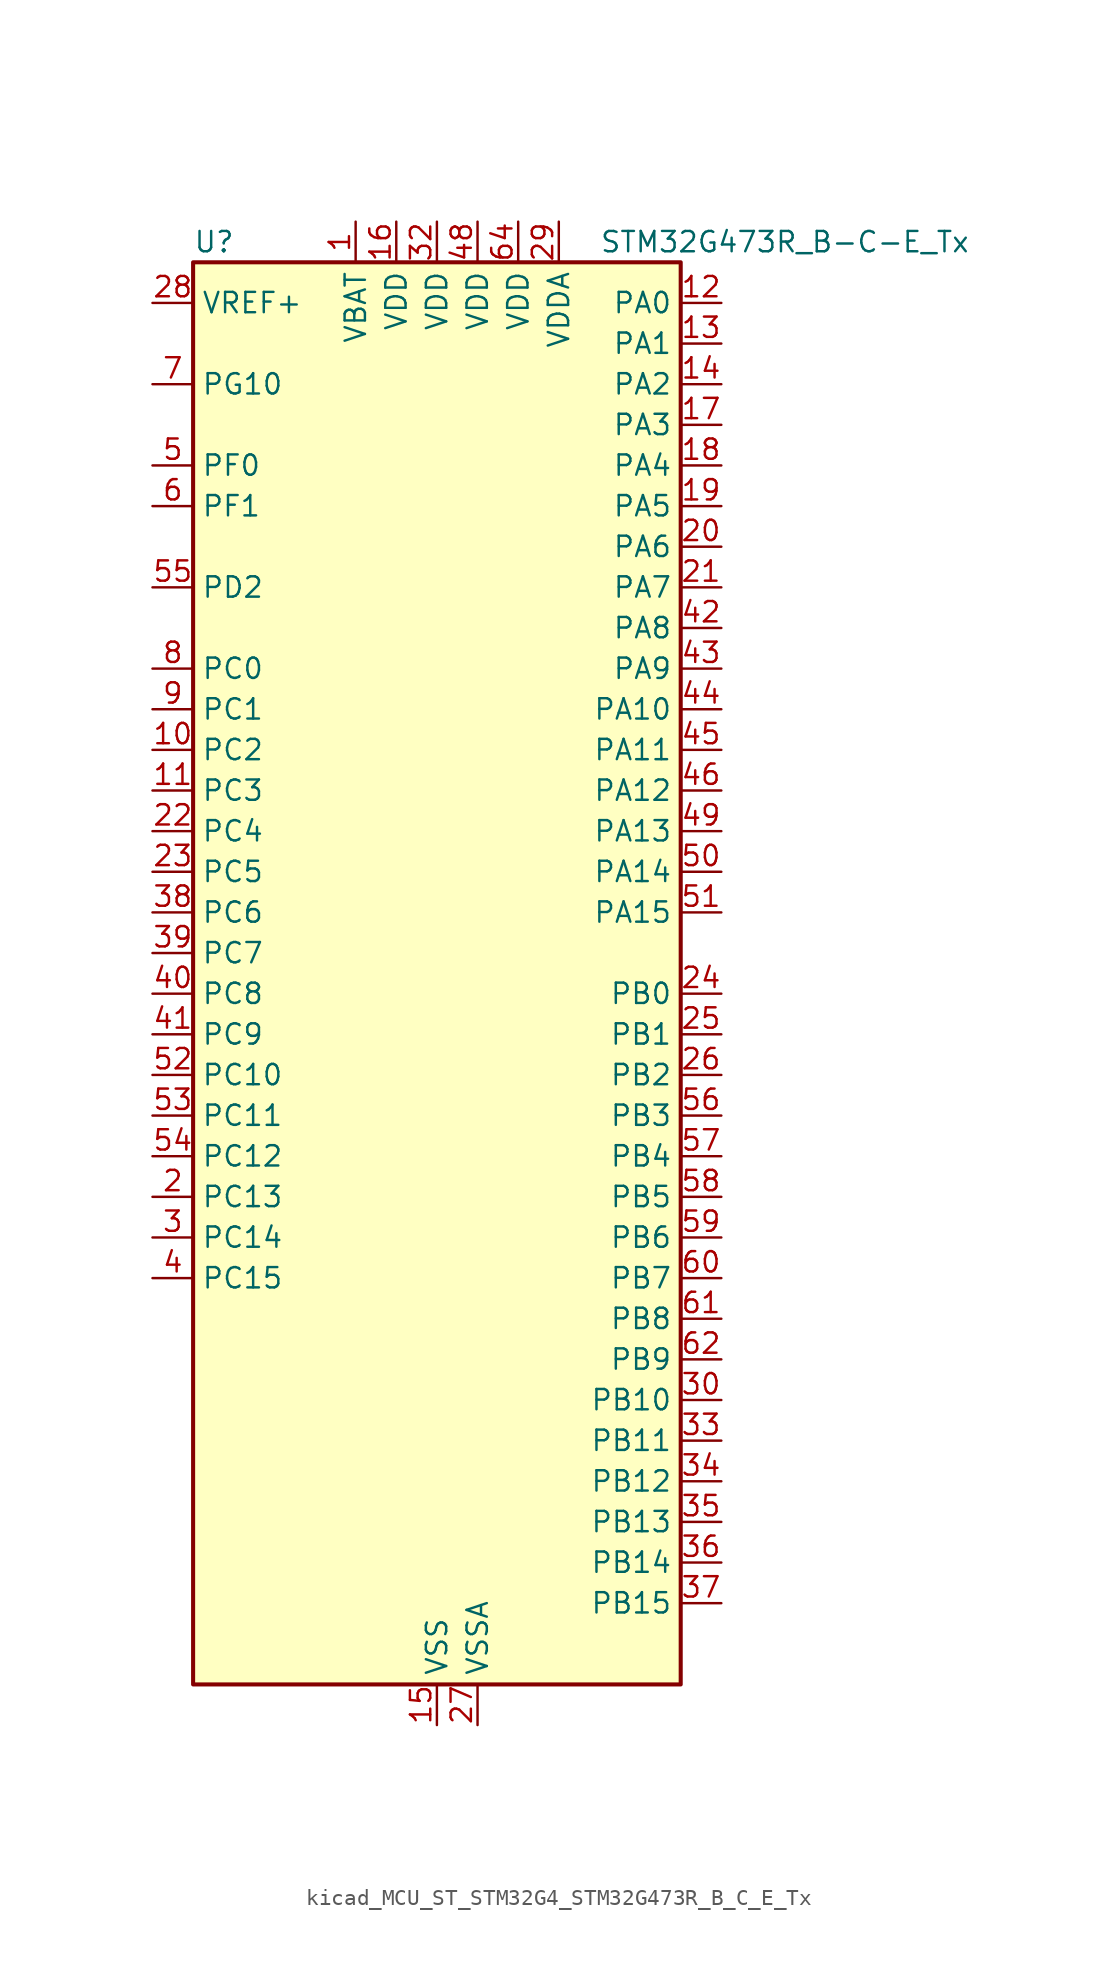
<source format=kicad_sym>
(kicad_symbol_lib
  (version 20220914)
  (generator kicad_symbol_editor)
  (symbol "kicad_MCU_ST_STM32G4_STM32G473R_B_C_E_Tx"
    (property "Reference" "U"
      (at -15.24 46.99 0)
      (effects (font (size 1.27 1.27)) (justify left)))
    (property "Value" "STM32G473R_B-C-E_Tx"
      (at 10.16 46.99 0)
      (effects (font (size 1.27 1.27)) (justify left)))
    (property "ki_locked" ""
      (at 0 0 0)
      (effects (font (size 1.27 1.27))))
    (symbol "kicad_MCU_ST_STM32G4_STM32G473R_B_C_E_Tx_0_1"
      (rectangle (start -15.24 -43.18) (end 15.24 45.72) (stroke (width 0.254) (type default)) (fill (type background))))
    (symbol "kicad_MCU_ST_STM32G4_STM32G473R_B_C_E_Tx_1_1"
      (pin power_in line (at -5.08 48.26 270) (length 2.54) (name "VBAT" (effects (font (size 1.27 1.27)))) (number "1" (effects (font (size 1.27 1.27)))))
      (pin bidirectional line (at -17.78 15.24 0) (length 2.54) (name "PC2" (effects (font (size 1.27 1.27)))) (number "10" (effects (font (size 1.27 1.27)))) (alternate "ADC1_IN8" bidirectional line) (alternate "ADC2_IN8" bidirectional line) (alternate "ADC3_EXTI2" bidirectional line) (alternate "ADC4_EXTI2" bidirectional line) (alternate "ADC5_EXTI2" bidirectional line) (alternate "COMP3_OUT" bidirectional line) (alternate "LPTIM1_IN2" bidirectional line) (alternate "QUADSPI1_BK2_IO1" bidirectional line) (alternate "TIM1_CH3" bidirectional line) (alternate "TIM20_CH2" bidirectional line))
      (pin bidirectional line (at -17.78 12.7 0) (length 2.54) (name "PC3" (effects (font (size 1.27 1.27)))) (number "11" (effects (font (size 1.27 1.27)))) (alternate "ADC1_IN9" bidirectional line) (alternate "ADC2_IN9" bidirectional line) (alternate "ADC3_EXTI3" bidirectional line) (alternate "ADC4_EXTI3" bidirectional line) (alternate "ADC5_EXTI3" bidirectional line) (alternate "LPTIM1_ETR" bidirectional line) (alternate "OPAMP5_VINP" bidirectional line) (alternate "OPAMP5_VINP_SEC" bidirectional line) (alternate "QUADSPI1_BK2_IO2" bidirectional line) (alternate "SAI1_D1" bidirectional line) (alternate "SAI1_SD_A" bidirectional line) (alternate "TIM1_BKIN2" bidirectional line) (alternate "TIM1_CH4" bidirectional line))
      (pin bidirectional line (at 17.78 43.18 180) (length 2.54) (name "PA0" (effects (font (size 1.27 1.27)))) (number "12" (effects (font (size 1.27 1.27)))) (alternate "ADC1_IN1" bidirectional line) (alternate "ADC2_IN1" bidirectional line) (alternate "COMP1_INM" bidirectional line) (alternate "COMP1_OUT" bidirectional line) (alternate "COMP3_INP" bidirectional line) (alternate "RTC_TAMP2" bidirectional line) (alternate "SYS_WKUP1" bidirectional line) (alternate "TIM2_CH1" bidirectional line) (alternate "TIM2_ETR" bidirectional line) (alternate "TIM5_CH1" bidirectional line) (alternate "TIM8_BKIN" bidirectional line) (alternate "TIM8_ETR" bidirectional line) (alternate "USART2_CTS" bidirectional line) (alternate "USART2_NSS" bidirectional line))
      (pin bidirectional line (at 17.78 40.64 180) (length 2.54) (name "PA1" (effects (font (size 1.27 1.27)))) (number "13" (effects (font (size 1.27 1.27)))) (alternate "ADC1_IN2" bidirectional line) (alternate "ADC2_IN2" bidirectional line) (alternate "COMP1_INP" bidirectional line) (alternate "OPAMP1_VINP" bidirectional line) (alternate "OPAMP1_VINP_SEC" bidirectional line) (alternate "OPAMP3_VINP" bidirectional line) (alternate "OPAMP3_VINP_SEC" bidirectional line) (alternate "OPAMP6_VINM" bidirectional line) (alternate "OPAMP6_VINM0" bidirectional line) (alternate "OPAMP6_VINM_SEC" bidirectional line) (alternate "RTC_REFIN" bidirectional line) (alternate "TIM15_CH1N" bidirectional line) (alternate "TIM2_CH2" bidirectional line) (alternate "TIM5_CH2" bidirectional line) (alternate "USART2_DE" bidirectional line) (alternate "USART2_RTS" bidirectional line))
      (pin bidirectional line (at 17.78 38.1 180) (length 2.54) (name "PA2" (effects (font (size 1.27 1.27)))) (number "14" (effects (font (size 1.27 1.27)))) (alternate "ADC1_IN3" bidirectional line) (alternate "ADC3_EXTI2" bidirectional line) (alternate "ADC4_EXTI2" bidirectional line) (alternate "ADC5_EXTI2" bidirectional line) (alternate "COMP2_INM" bidirectional line) (alternate "COMP2_OUT" bidirectional line) (alternate "LPUART1_TX" bidirectional line) (alternate "OPAMP1_VOUT" bidirectional line) (alternate "QUADSPI1_BK1_NCS" bidirectional line) (alternate "RCC_LSCO" bidirectional line) (alternate "SYS_WKUP4" bidirectional line) (alternate "TIM15_CH1" bidirectional line) (alternate "TIM2_CH3" bidirectional line) (alternate "TIM5_CH3" bidirectional line) (alternate "UCPD1_FRSTX1" bidirectional line) (alternate "UCPD1_FRSTX2" bidirectional line) (alternate "USART2_TX" bidirectional line))
      (pin power_in line (at 0 -45.72 90) (length 2.54) (name "VSS" (effects (font (size 1.27 1.27)))) (number "15" (effects (font (size 1.27 1.27)))))
      (pin power_in line (at -2.54 48.26 270) (length 2.54) (name "VDD" (effects (font (size 1.27 1.27)))) (number "16" (effects (font (size 1.27 1.27)))))
      (pin bidirectional line (at 17.78 35.56 180) (length 2.54) (name "PA3" (effects (font (size 1.27 1.27)))) (number "17" (effects (font (size 1.27 1.27)))) (alternate "ADC1_IN4" bidirectional line) (alternate "ADC3_EXTI3" bidirectional line) (alternate "ADC4_EXTI3" bidirectional line) (alternate "ADC5_EXTI3" bidirectional line) (alternate "COMP2_INP" bidirectional line) (alternate "LPUART1_RX" bidirectional line) (alternate "OPAMP1_VINM" bidirectional line) (alternate "OPAMP1_VINM0" bidirectional line) (alternate "OPAMP1_VINM_SEC" bidirectional line) (alternate "OPAMP1_VINP" bidirectional line) (alternate "OPAMP1_VINP_SEC" bidirectional line) (alternate "OPAMP5_VINM" bidirectional line) (alternate "OPAMP5_VINM1" bidirectional line) (alternate "OPAMP5_VINM_SEC" bidirectional line) (alternate "QUADSPI1_CLK" bidirectional line) (alternate "SAI1_CK1" bidirectional line) (alternate "SAI1_MCLK_A" bidirectional line) (alternate "TIM15_CH2" bidirectional line) (alternate "TIM2_CH4" bidirectional line) (alternate "TIM5_CH4" bidirectional line) (alternate "USART2_RX" bidirectional line))
      (pin bidirectional line (at 17.78 33.02 180) (length 2.54) (name "PA4" (effects (font (size 1.27 1.27)))) (number "18" (effects (font (size 1.27 1.27)))) (alternate "ADC2_IN17" bidirectional line) (alternate "COMP1_INM" bidirectional line) (alternate "DAC1_OUT1" bidirectional line) (alternate "I2S3_WS" bidirectional line) (alternate "SAI1_FS_B" bidirectional line) (alternate "SPI1_NSS" bidirectional line) (alternate "SPI3_NSS" bidirectional line) (alternate "TIM3_CH2" bidirectional line) (alternate "USART2_CK" bidirectional line))
      (pin bidirectional line (at 17.78 30.48 180) (length 2.54) (name "PA5" (effects (font (size 1.27 1.27)))) (number "19" (effects (font (size 1.27 1.27)))) (alternate "ADC2_IN13" bidirectional line) (alternate "COMP2_INM" bidirectional line) (alternate "DAC1_OUT2" bidirectional line) (alternate "OPAMP2_VINM" bidirectional line) (alternate "OPAMP2_VINM0" bidirectional line) (alternate "OPAMP2_VINM_SEC" bidirectional line) (alternate "SPI1_SCK" bidirectional line) (alternate "TIM2_CH1" bidirectional line) (alternate "TIM2_ETR" bidirectional line) (alternate "UCPD1_FRSTX1" bidirectional line) (alternate "UCPD1_FRSTX2" bidirectional line))
      (pin bidirectional line (at -17.78 -12.7 0) (length 2.54) (name "PC13" (effects (font (size 1.27 1.27)))) (number "2" (effects (font (size 1.27 1.27)))) (alternate "RTC_OUT1" bidirectional line) (alternate "RTC_TAMP1" bidirectional line) (alternate "RTC_TS" bidirectional line) (alternate "SYS_WKUP2" bidirectional line) (alternate "TIM1_BKIN" bidirectional line) (alternate "TIM1_CH1N" bidirectional line) (alternate "TIM8_CH4N" bidirectional line))
      (pin bidirectional line (at 17.78 27.94 180) (length 2.54) (name "PA6" (effects (font (size 1.27 1.27)))) (number "20" (effects (font (size 1.27 1.27)))) (alternate "ADC2_IN3" bidirectional line) (alternate "COMP1_OUT" bidirectional line) (alternate "DAC2_OUT1" bidirectional line) (alternate "LPUART1_CTS" bidirectional line) (alternate "OPAMP2_VOUT" bidirectional line) (alternate "QUADSPI1_BK1_IO3" bidirectional line) (alternate "SPI1_MISO" bidirectional line) (alternate "TIM16_CH1" bidirectional line) (alternate "TIM1_BKIN" bidirectional line) (alternate "TIM3_CH1" bidirectional line) (alternate "TIM8_BKIN" bidirectional line))
      (pin bidirectional line (at 17.78 25.4 180) (length 2.54) (name "PA7" (effects (font (size 1.27 1.27)))) (number "21" (effects (font (size 1.27 1.27)))) (alternate "ADC2_IN4" bidirectional line) (alternate "COMP2_INP" bidirectional line) (alternate "COMP2_OUT" bidirectional line) (alternate "OPAMP1_VINP" bidirectional line) (alternate "OPAMP1_VINP_SEC" bidirectional line) (alternate "OPAMP2_VINP" bidirectional line) (alternate "OPAMP2_VINP_SEC" bidirectional line) (alternate "QUADSPI1_BK1_IO2" bidirectional line) (alternate "SPI1_MOSI" bidirectional line) (alternate "TIM17_CH1" bidirectional line) (alternate "TIM1_CH1N" bidirectional line) (alternate "TIM3_CH2" bidirectional line) (alternate "TIM8_CH1N" bidirectional line) (alternate "UCPD1_FRSTX1" bidirectional line) (alternate "UCPD1_FRSTX2" bidirectional line))
      (pin bidirectional line (at -17.78 10.16 0) (length 2.54) (name "PC4" (effects (font (size 1.27 1.27)))) (number "22" (effects (font (size 1.27 1.27)))) (alternate "ADC2_IN5" bidirectional line) (alternate "I2C2_SCL" bidirectional line) (alternate "QUADSPI1_BK2_IO3" bidirectional line) (alternate "TIM1_ETR" bidirectional line) (alternate "USART1_TX" bidirectional line))
      (pin bidirectional line (at -17.78 7.62 0) (length 2.54) (name "PC5" (effects (font (size 1.27 1.27)))) (number "23" (effects (font (size 1.27 1.27)))) (alternate "ADC2_IN11" bidirectional line) (alternate "OPAMP1_VINM" bidirectional line) (alternate "OPAMP1_VINM1" bidirectional line) (alternate "OPAMP1_VINM_SEC" bidirectional line) (alternate "OPAMP2_VINM" bidirectional line) (alternate "OPAMP2_VINM1" bidirectional line) (alternate "OPAMP2_VINM_SEC" bidirectional line) (alternate "SAI1_D3" bidirectional line) (alternate "SYS_WKUP5" bidirectional line) (alternate "TIM15_BKIN" bidirectional line) (alternate "TIM1_CH4N" bidirectional line) (alternate "USART1_RX" bidirectional line))
      (pin bidirectional line (at 17.78 0 180) (length 2.54) (name "PB0" (effects (font (size 1.27 1.27)))) (number "24" (effects (font (size 1.27 1.27)))) (alternate "ADC1_IN15" bidirectional line) (alternate "ADC3_IN12" bidirectional line) (alternate "COMP4_INP" bidirectional line) (alternate "OPAMP2_VINP" bidirectional line) (alternate "OPAMP2_VINP_SEC" bidirectional line) (alternate "OPAMP3_VINP" bidirectional line) (alternate "OPAMP3_VINP_SEC" bidirectional line) (alternate "QUADSPI1_BK1_IO1" bidirectional line) (alternate "TIM1_CH2N" bidirectional line) (alternate "TIM3_CH3" bidirectional line) (alternate "TIM8_CH2N" bidirectional line) (alternate "UCPD1_FRSTX1" bidirectional line) (alternate "UCPD1_FRSTX2" bidirectional line))
      (pin bidirectional line (at 17.78 -2.54 180) (length 2.54) (name "PB1" (effects (font (size 1.27 1.27)))) (number "25" (effects (font (size 1.27 1.27)))) (alternate "ADC1_IN12" bidirectional line) (alternate "ADC3_IN1" bidirectional line) (alternate "COMP1_INP" bidirectional line) (alternate "COMP4_OUT" bidirectional line) (alternate "LPUART1_DE" bidirectional line) (alternate "LPUART1_RTS" bidirectional line) (alternate "OPAMP3_VOUT" bidirectional line) (alternate "OPAMP6_VINM" bidirectional line) (alternate "OPAMP6_VINM1" bidirectional line) (alternate "OPAMP6_VINM_SEC" bidirectional line) (alternate "QUADSPI1_BK1_IO0" bidirectional line) (alternate "TIM1_CH3N" bidirectional line) (alternate "TIM3_CH4" bidirectional line) (alternate "TIM8_CH3N" bidirectional line))
      (pin bidirectional line (at 17.78 -5.08 180) (length 2.54) (name "PB2" (effects (font (size 1.27 1.27)))) (number "26" (effects (font (size 1.27 1.27)))) (alternate "ADC2_IN12" bidirectional line) (alternate "ADC3_EXTI2" bidirectional line) (alternate "ADC4_EXTI2" bidirectional line) (alternate "ADC5_EXTI2" bidirectional line) (alternate "COMP4_INM" bidirectional line) (alternate "I2C3_SMBA" bidirectional line) (alternate "LPTIM1_OUT" bidirectional line) (alternate "OPAMP3_VINM" bidirectional line) (alternate "OPAMP3_VINM0" bidirectional line) (alternate "OPAMP3_VINM_SEC" bidirectional line) (alternate "QUADSPI1_BK2_IO1" bidirectional line) (alternate "RTC_OUT2" bidirectional line) (alternate "TIM20_CH1" bidirectional line) (alternate "TIM5_CH1" bidirectional line))
      (pin power_in line (at 2.54 -45.72 90) (length 2.54) (name "VSSA" (effects (font (size 1.27 1.27)))) (number "27" (effects (font (size 1.27 1.27)))))
      (pin input line (at -17.78 43.18 0) (length 2.54) (name "VREF+" (effects (font (size 1.27 1.27)))) (number "28" (effects (font (size 1.27 1.27)))) (alternate "VREFBUF_OUT" bidirectional line))
      (pin power_in line (at 7.62 48.26 270) (length 2.54) (name "VDDA" (effects (font (size 1.27 1.27)))) (number "29" (effects (font (size 1.27 1.27)))))
      (pin bidirectional line (at -17.78 -15.24 0) (length 2.54) (name "PC14" (effects (font (size 1.27 1.27)))) (number "3" (effects (font (size 1.27 1.27)))) (alternate "RCC_OSC32_IN" bidirectional line))
      (pin bidirectional line (at 17.78 -25.4 180) (length 2.54) (name "PB10" (effects (font (size 1.27 1.27)))) (number "30" (effects (font (size 1.27 1.27)))) (alternate "COMP5_INM" bidirectional line) (alternate "DAC1_EXTI10" bidirectional line) (alternate "DAC2_EXTI10" bidirectional line) (alternate "DAC3_EXTI10" bidirectional line) (alternate "DAC4_EXTI10" bidirectional line) (alternate "LPUART1_RX" bidirectional line) (alternate "OPAMP3_VINM" bidirectional line) (alternate "OPAMP3_VINM1" bidirectional line) (alternate "OPAMP3_VINM_SEC" bidirectional line) (alternate "OPAMP4_VINM" bidirectional line) (alternate "OPAMP4_VINM0" bidirectional line) (alternate "OPAMP4_VINM_SEC" bidirectional line) (alternate "QUADSPI1_CLK" bidirectional line) (alternate "SAI1_SCK_A" bidirectional line) (alternate "TIM1_BKIN" bidirectional line) (alternate "TIM2_CH3" bidirectional line) (alternate "USART3_TX" bidirectional line))
      (pin passive line (at 0 -45.72 90) (length 2.54) hide (name "VSS" (effects (font (size 1.27 1.27)))) (number "31" (effects (font (size 1.27 1.27)))))
      (pin power_in line (at 0 48.26 270) (length 2.54) (name "VDD" (effects (font (size 1.27 1.27)))) (number "32" (effects (font (size 1.27 1.27)))))
      (pin bidirectional line (at 17.78 -27.94 180) (length 2.54) (name "PB11" (effects (font (size 1.27 1.27)))) (number "33" (effects (font (size 1.27 1.27)))) (alternate "ADC1_EXTI11" bidirectional line) (alternate "ADC1_IN14" bidirectional line) (alternate "ADC2_EXTI11" bidirectional line) (alternate "ADC2_IN14" bidirectional line) (alternate "COMP6_INP" bidirectional line) (alternate "LPUART1_TX" bidirectional line) (alternate "OPAMP4_VINP" bidirectional line) (alternate "OPAMP4_VINP_SEC" bidirectional line) (alternate "OPAMP6_VOUT" bidirectional line) (alternate "QUADSPI1_BK1_NCS" bidirectional line) (alternate "TIM2_CH4" bidirectional line) (alternate "USART3_RX" bidirectional line))
      (pin bidirectional line (at 17.78 -30.48 180) (length 2.54) (name "PB12" (effects (font (size 1.27 1.27)))) (number "34" (effects (font (size 1.27 1.27)))) (alternate "ADC1_IN11" bidirectional line) (alternate "ADC4_IN3" bidirectional line) (alternate "COMP7_INM" bidirectional line) (alternate "FDCAN2_RX" bidirectional line) (alternate "I2C2_SMBA" bidirectional line) (alternate "I2S2_WS" bidirectional line) (alternate "LPUART1_DE" bidirectional line) (alternate "LPUART1_RTS" bidirectional line) (alternate "OPAMP4_VOUT" bidirectional line) (alternate "OPAMP6_VINP" bidirectional line) (alternate "OPAMP6_VINP_SEC" bidirectional line) (alternate "SPI2_NSS" bidirectional line) (alternate "TIM1_BKIN" bidirectional line) (alternate "TIM5_ETR" bidirectional line) (alternate "USART3_CK" bidirectional line))
      (pin bidirectional line (at 17.78 -33.02 180) (length 2.54) (name "PB13" (effects (font (size 1.27 1.27)))) (number "35" (effects (font (size 1.27 1.27)))) (alternate "ADC3_IN5" bidirectional line) (alternate "COMP5_INP" bidirectional line) (alternate "FDCAN2_TX" bidirectional line) (alternate "I2S2_CK" bidirectional line) (alternate "LPUART1_CTS" bidirectional line) (alternate "OPAMP3_VINP" bidirectional line) (alternate "OPAMP3_VINP_SEC" bidirectional line) (alternate "OPAMP4_VINP" bidirectional line) (alternate "OPAMP4_VINP_SEC" bidirectional line) (alternate "OPAMP6_VINP" bidirectional line) (alternate "OPAMP6_VINP_SEC" bidirectional line) (alternate "SPI2_SCK" bidirectional line) (alternate "TIM1_CH1N" bidirectional line) (alternate "USART3_CTS" bidirectional line) (alternate "USART3_NSS" bidirectional line))
      (pin bidirectional line (at 17.78 -35.56 180) (length 2.54) (name "PB14" (effects (font (size 1.27 1.27)))) (number "36" (effects (font (size 1.27 1.27)))) (alternate "ADC1_IN5" bidirectional line) (alternate "ADC4_IN4" bidirectional line) (alternate "COMP4_OUT" bidirectional line) (alternate "COMP7_INP" bidirectional line) (alternate "OPAMP2_VINP" bidirectional line) (alternate "OPAMP2_VINP_SEC" bidirectional line) (alternate "OPAMP5_VINP" bidirectional line) (alternate "OPAMP5_VINP_SEC" bidirectional line) (alternate "SPI2_MISO" bidirectional line) (alternate "TIM15_CH1" bidirectional line) (alternate "TIM1_CH2N" bidirectional line) (alternate "USART3_DE" bidirectional line) (alternate "USART3_RTS" bidirectional line))
      (pin bidirectional line (at 17.78 -38.1 180) (length 2.54) (name "PB15" (effects (font (size 1.27 1.27)))) (number "37" (effects (font (size 1.27 1.27)))) (alternate "ADC1_EXTI15" bidirectional line) (alternate "ADC2_EXTI15" bidirectional line) (alternate "ADC2_IN15" bidirectional line) (alternate "ADC4_IN5" bidirectional line) (alternate "COMP3_OUT" bidirectional line) (alternate "COMP6_INM" bidirectional line) (alternate "I2S2_SD" bidirectional line) (alternate "OPAMP5_VINM" bidirectional line) (alternate "OPAMP5_VINM0" bidirectional line) (alternate "OPAMP5_VINM_SEC" bidirectional line) (alternate "RTC_REFIN" bidirectional line) (alternate "SPI2_MOSI" bidirectional line) (alternate "TIM15_CH1N" bidirectional line) (alternate "TIM15_CH2" bidirectional line) (alternate "TIM1_CH3N" bidirectional line))
      (pin bidirectional line (at -17.78 5.08 0) (length 2.54) (name "PC6" (effects (font (size 1.27 1.27)))) (number "38" (effects (font (size 1.27 1.27)))) (alternate "COMP6_OUT" bidirectional line) (alternate "I2C4_SCL" bidirectional line) (alternate "I2S2_MCK" bidirectional line) (alternate "TIM3_CH1" bidirectional line) (alternate "TIM8_CH1" bidirectional line))
      (pin bidirectional line (at -17.78 2.54 0) (length 2.54) (name "PC7" (effects (font (size 1.27 1.27)))) (number "39" (effects (font (size 1.27 1.27)))) (alternate "COMP5_OUT" bidirectional line) (alternate "I2C4_SDA" bidirectional line) (alternate "I2S3_MCK" bidirectional line) (alternate "TIM3_CH2" bidirectional line) (alternate "TIM8_CH2" bidirectional line))
      (pin bidirectional line (at -17.78 -17.78 0) (length 2.54) (name "PC15" (effects (font (size 1.27 1.27)))) (number "4" (effects (font (size 1.27 1.27)))) (alternate "ADC1_EXTI15" bidirectional line) (alternate "ADC2_EXTI15" bidirectional line) (alternate "RCC_OSC32_OUT" bidirectional line))
      (pin bidirectional line (at -17.78 0 0) (length 2.54) (name "PC8" (effects (font (size 1.27 1.27)))) (number "40" (effects (font (size 1.27 1.27)))) (alternate "COMP7_OUT" bidirectional line) (alternate "I2C3_SCL" bidirectional line) (alternate "TIM20_CH3" bidirectional line) (alternate "TIM3_CH3" bidirectional line) (alternate "TIM8_CH3" bidirectional line))
      (pin bidirectional line (at -17.78 -2.54 0) (length 2.54) (name "PC9" (effects (font (size 1.27 1.27)))) (number "41" (effects (font (size 1.27 1.27)))) (alternate "DAC1_EXTI9" bidirectional line) (alternate "DAC2_EXTI9" bidirectional line) (alternate "DAC3_EXTI9" bidirectional line) (alternate "DAC4_EXTI9" bidirectional line) (alternate "I2C3_SDA" bidirectional line) (alternate "I2S_CKIN" bidirectional line) (alternate "TIM3_CH4" bidirectional line) (alternate "TIM8_BKIN2" bidirectional line) (alternate "TIM8_CH4" bidirectional line))
      (pin bidirectional line (at 17.78 22.86 180) (length 2.54) (name "PA8" (effects (font (size 1.27 1.27)))) (number "42" (effects (font (size 1.27 1.27)))) (alternate "ADC5_IN1" bidirectional line) (alternate "COMP7_OUT" bidirectional line) (alternate "FDCAN3_RX" bidirectional line) (alternate "I2C2_SDA" bidirectional line) (alternate "I2C3_SCL" bidirectional line) (alternate "I2S2_MCK" bidirectional line) (alternate "OPAMP5_VOUT" bidirectional line) (alternate "RCC_MCO" bidirectional line) (alternate "SAI1_CK2" bidirectional line) (alternate "SAI1_SCK_A" bidirectional line) (alternate "TIM1_CH1" bidirectional line) (alternate "TIM4_ETR" bidirectional line) (alternate "USART1_CK" bidirectional line))
      (pin bidirectional line (at 17.78 20.32 180) (length 2.54) (name "PA9" (effects (font (size 1.27 1.27)))) (number "43" (effects (font (size 1.27 1.27)))) (alternate "ADC5_IN2" bidirectional line) (alternate "COMP5_OUT" bidirectional line) (alternate "DAC1_EXTI9" bidirectional line) (alternate "DAC2_EXTI9" bidirectional line) (alternate "DAC3_EXTI9" bidirectional line) (alternate "DAC4_EXTI9" bidirectional line) (alternate "I2C2_SCL" bidirectional line) (alternate "I2C3_SMBA" bidirectional line) (alternate "I2S3_MCK" bidirectional line) (alternate "SAI1_FS_A" bidirectional line) (alternate "TIM15_BKIN" bidirectional line) (alternate "TIM1_CH2" bidirectional line) (alternate "TIM2_CH3" bidirectional line) (alternate "UCPD1_DBCC1" bidirectional line) (alternate "USART1_TX" bidirectional line))
      (pin bidirectional line (at 17.78 17.78 180) (length 2.54) (name "PA10" (effects (font (size 1.27 1.27)))) (number "44" (effects (font (size 1.27 1.27)))) (alternate "COMP6_OUT" bidirectional line) (alternate "CRS_SYNC" bidirectional line) (alternate "DAC1_EXTI10" bidirectional line) (alternate "DAC2_EXTI10" bidirectional line) (alternate "DAC3_EXTI10" bidirectional line) (alternate "DAC4_EXTI10" bidirectional line) (alternate "I2C2_SMBA" bidirectional line) (alternate "SAI1_D1" bidirectional line) (alternate "SAI1_SD_A" bidirectional line) (alternate "SPI2_MISO" bidirectional line) (alternate "TIM17_BKIN" bidirectional line) (alternate "TIM1_CH3" bidirectional line) (alternate "TIM2_CH4" bidirectional line) (alternate "TIM8_BKIN" bidirectional line) (alternate "UCPD1_DBCC2" bidirectional line) (alternate "USART1_RX" bidirectional line))
      (pin bidirectional line (at 17.78 15.24 180) (length 2.54) (name "PA11" (effects (font (size 1.27 1.27)))) (number "45" (effects (font (size 1.27 1.27)))) (alternate "ADC1_EXTI11" bidirectional line) (alternate "ADC2_EXTI11" bidirectional line) (alternate "COMP1_OUT" bidirectional line) (alternate "FDCAN1_RX" bidirectional line) (alternate "I2S2_SD" bidirectional line) (alternate "SPI2_MOSI" bidirectional line) (alternate "TIM1_BKIN2" bidirectional line) (alternate "TIM1_CH1N" bidirectional line) (alternate "TIM1_CH4" bidirectional line) (alternate "TIM4_CH1" bidirectional line) (alternate "USART1_CTS" bidirectional line) (alternate "USART1_NSS" bidirectional line) (alternate "USB_DM" bidirectional line))
      (pin bidirectional line (at 17.78 12.7 180) (length 2.54) (name "PA12" (effects (font (size 1.27 1.27)))) (number "46" (effects (font (size 1.27 1.27)))) (alternate "COMP2_OUT" bidirectional line) (alternate "FDCAN1_TX" bidirectional line) (alternate "I2S_CKIN" bidirectional line) (alternate "TIM16_CH1" bidirectional line) (alternate "TIM1_CH2N" bidirectional line) (alternate "TIM1_ETR" bidirectional line) (alternate "TIM4_CH2" bidirectional line) (alternate "USART1_DE" bidirectional line) (alternate "USART1_RTS" bidirectional line) (alternate "USB_DP" bidirectional line))
      (pin passive line (at 0 -45.72 90) (length 2.54) hide (name "VSS" (effects (font (size 1.27 1.27)))) (number "47" (effects (font (size 1.27 1.27)))))
      (pin power_in line (at 2.54 48.26 270) (length 2.54) (name "VDD" (effects (font (size 1.27 1.27)))) (number "48" (effects (font (size 1.27 1.27)))))
      (pin bidirectional line (at 17.78 10.16 180) (length 2.54) (name "PA13" (effects (font (size 1.27 1.27)))) (number "49" (effects (font (size 1.27 1.27)))) (alternate "I2C1_SCL" bidirectional line) (alternate "I2C4_SCL" bidirectional line) (alternate "IR_OUT" bidirectional line) (alternate "SAI1_SD_B" bidirectional line) (alternate "SYS_JTMS-SWDIO" bidirectional line) (alternate "TIM16_CH1N" bidirectional line) (alternate "TIM4_CH3" bidirectional line) (alternate "USART3_CTS" bidirectional line) (alternate "USART3_NSS" bidirectional line))
      (pin bidirectional line (at -17.78 33.02 0) (length 2.54) (name "PF0" (effects (font (size 1.27 1.27)))) (number "5" (effects (font (size 1.27 1.27)))) (alternate "ADC1_IN10" bidirectional line) (alternate "I2C2_SDA" bidirectional line) (alternate "I2S2_WS" bidirectional line) (alternate "RCC_OSC_IN" bidirectional line) (alternate "SPI2_NSS" bidirectional line) (alternate "TIM1_CH3N" bidirectional line))
      (pin bidirectional line (at 17.78 7.62 180) (length 2.54) (name "PA14" (effects (font (size 1.27 1.27)))) (number "50" (effects (font (size 1.27 1.27)))) (alternate "I2C1_SDA" bidirectional line) (alternate "I2C4_SMBA" bidirectional line) (alternate "LPTIM1_OUT" bidirectional line) (alternate "SAI1_FS_B" bidirectional line) (alternate "SYS_JTCK-SWCLK" bidirectional line) (alternate "TIM1_BKIN" bidirectional line) (alternate "TIM8_CH2" bidirectional line) (alternate "USART2_TX" bidirectional line))
      (pin bidirectional line (at 17.78 5.08 180) (length 2.54) (name "PA15" (effects (font (size 1.27 1.27)))) (number "51" (effects (font (size 1.27 1.27)))) (alternate "ADC1_EXTI15" bidirectional line) (alternate "ADC2_EXTI15" bidirectional line) (alternate "FDCAN3_TX" bidirectional line) (alternate "I2C1_SCL" bidirectional line) (alternate "I2S3_WS" bidirectional line) (alternate "SPI1_NSS" bidirectional line) (alternate "SPI3_NSS" bidirectional line) (alternate "SYS_JTDI" bidirectional line) (alternate "TIM1_BKIN" bidirectional line) (alternate "TIM2_CH1" bidirectional line) (alternate "TIM2_ETR" bidirectional line) (alternate "TIM8_CH1" bidirectional line) (alternate "UART4_DE" bidirectional line) (alternate "UART4_RTS" bidirectional line) (alternate "USART2_RX" bidirectional line))
      (pin bidirectional line (at -17.78 -5.08 0) (length 2.54) (name "PC10" (effects (font (size 1.27 1.27)))) (number "52" (effects (font (size 1.27 1.27)))) (alternate "DAC1_EXTI10" bidirectional line) (alternate "DAC2_EXTI10" bidirectional line) (alternate "DAC3_EXTI10" bidirectional line) (alternate "DAC4_EXTI10" bidirectional line) (alternate "I2S3_CK" bidirectional line) (alternate "SPI3_SCK" bidirectional line) (alternate "TIM8_CH1N" bidirectional line) (alternate "UART4_TX" bidirectional line) (alternate "USART3_TX" bidirectional line))
      (pin bidirectional line (at -17.78 -7.62 0) (length 2.54) (name "PC11" (effects (font (size 1.27 1.27)))) (number "53" (effects (font (size 1.27 1.27)))) (alternate "ADC1_EXTI11" bidirectional line) (alternate "ADC2_EXTI11" bidirectional line) (alternate "I2C3_SDA" bidirectional line) (alternate "SPI3_MISO" bidirectional line) (alternate "TIM8_CH2N" bidirectional line) (alternate "UART4_RX" bidirectional line) (alternate "USART3_RX" bidirectional line))
      (pin bidirectional line (at -17.78 -10.16 0) (length 2.54) (name "PC12" (effects (font (size 1.27 1.27)))) (number "54" (effects (font (size 1.27 1.27)))) (alternate "I2S3_SD" bidirectional line) (alternate "SPI3_MOSI" bidirectional line) (alternate "TIM5_CH2" bidirectional line) (alternate "TIM8_CH3N" bidirectional line) (alternate "UART5_TX" bidirectional line) (alternate "UCPD1_FRSTX1" bidirectional line) (alternate "UCPD1_FRSTX2" bidirectional line) (alternate "USART3_CK" bidirectional line))
      (pin bidirectional line (at -17.78 25.4 0) (length 2.54) (name "PD2" (effects (font (size 1.27 1.27)))) (number "55" (effects (font (size 1.27 1.27)))) (alternate "ADC3_EXTI2" bidirectional line) (alternate "ADC4_EXTI2" bidirectional line) (alternate "ADC5_EXTI2" bidirectional line) (alternate "TIM3_ETR" bidirectional line) (alternate "TIM8_BKIN" bidirectional line) (alternate "UART5_RX" bidirectional line))
      (pin bidirectional line (at 17.78 -7.62 180) (length 2.54) (name "PB3" (effects (font (size 1.27 1.27)))) (number "56" (effects (font (size 1.27 1.27)))) (alternate "ADC3_EXTI3" bidirectional line) (alternate "ADC4_EXTI3" bidirectional line) (alternate "ADC5_EXTI3" bidirectional line) (alternate "CRS_SYNC" bidirectional line) (alternate "FDCAN3_RX" bidirectional line) (alternate "I2S3_CK" bidirectional line) (alternate "SAI1_SCK_B" bidirectional line) (alternate "SPI1_SCK" bidirectional line) (alternate "SPI3_SCK" bidirectional line) (alternate "SYS_JTDO-SWO" bidirectional line) (alternate "TIM2_CH2" bidirectional line) (alternate "TIM3_ETR" bidirectional line) (alternate "TIM4_ETR" bidirectional line) (alternate "TIM8_CH1N" bidirectional line) (alternate "USART2_TX" bidirectional line))
      (pin bidirectional line (at 17.78 -10.16 180) (length 2.54) (name "PB4" (effects (font (size 1.27 1.27)))) (number "57" (effects (font (size 1.27 1.27)))) (alternate "FDCAN3_TX" bidirectional line) (alternate "SAI1_MCLK_B" bidirectional line) (alternate "SPI1_MISO" bidirectional line) (alternate "SPI3_MISO" bidirectional line) (alternate "SYS_JTRST" bidirectional line) (alternate "TIM16_CH1" bidirectional line) (alternate "TIM17_BKIN" bidirectional line) (alternate "TIM3_CH1" bidirectional line) (alternate "TIM8_CH2N" bidirectional line) (alternate "UART5_DE" bidirectional line) (alternate "UART5_RTS" bidirectional line) (alternate "UCPD1_CC2" bidirectional line) (alternate "USART2_RX" bidirectional line))
      (pin bidirectional line (at 17.78 -12.7 180) (length 2.54) (name "PB5" (effects (font (size 1.27 1.27)))) (number "58" (effects (font (size 1.27 1.27)))) (alternate "FDCAN2_RX" bidirectional line) (alternate "I2C1_SMBA" bidirectional line) (alternate "I2C3_SDA" bidirectional line) (alternate "I2S3_SD" bidirectional line) (alternate "LPTIM1_IN1" bidirectional line) (alternate "SAI1_SD_B" bidirectional line) (alternate "SPI1_MOSI" bidirectional line) (alternate "SPI3_MOSI" bidirectional line) (alternate "TIM16_BKIN" bidirectional line) (alternate "TIM17_CH1" bidirectional line) (alternate "TIM3_CH2" bidirectional line) (alternate "TIM8_CH3N" bidirectional line) (alternate "UART5_CTS" bidirectional line) (alternate "USART2_CK" bidirectional line))
      (pin bidirectional line (at 17.78 -15.24 180) (length 2.54) (name "PB6" (effects (font (size 1.27 1.27)))) (number "59" (effects (font (size 1.27 1.27)))) (alternate "COMP4_OUT" bidirectional line) (alternate "FDCAN2_TX" bidirectional line) (alternate "LPTIM1_ETR" bidirectional line) (alternate "SAI1_FS_B" bidirectional line) (alternate "TIM16_CH1N" bidirectional line) (alternate "TIM4_CH1" bidirectional line) (alternate "TIM8_BKIN2" bidirectional line) (alternate "TIM8_CH1" bidirectional line) (alternate "TIM8_ETR" bidirectional line) (alternate "UCPD1_CC1" bidirectional line) (alternate "USART1_TX" bidirectional line))
      (pin bidirectional line (at -17.78 30.48 0) (length 2.54) (name "PF1" (effects (font (size 1.27 1.27)))) (number "6" (effects (font (size 1.27 1.27)))) (alternate "ADC2_IN10" bidirectional line) (alternate "COMP3_INM" bidirectional line) (alternate "I2S2_CK" bidirectional line) (alternate "RCC_OSC_OUT" bidirectional line) (alternate "SPI2_SCK" bidirectional line))
      (pin bidirectional line (at 17.78 -17.78 180) (length 2.54) (name "PB7" (effects (font (size 1.27 1.27)))) (number "60" (effects (font (size 1.27 1.27)))) (alternate "COMP3_OUT" bidirectional line) (alternate "I2C1_SDA" bidirectional line) (alternate "I2C4_SDA" bidirectional line) (alternate "LPTIM1_IN2" bidirectional line) (alternate "SYS_PVD_IN" bidirectional line) (alternate "TIM17_CH1N" bidirectional line) (alternate "TIM3_CH4" bidirectional line) (alternate "TIM4_CH2" bidirectional line) (alternate "TIM8_BKIN" bidirectional line) (alternate "UART4_CTS" bidirectional line) (alternate "USART1_RX" bidirectional line))
      (pin bidirectional line (at 17.78 -20.32 180) (length 2.54) (name "PB8" (effects (font (size 1.27 1.27)))) (number "61" (effects (font (size 1.27 1.27)))) (alternate "COMP1_OUT" bidirectional line) (alternate "FDCAN1_RX" bidirectional line) (alternate "I2C1_SCL" bidirectional line) (alternate "SAI1_CK1" bidirectional line) (alternate "SAI1_MCLK_A" bidirectional line) (alternate "TIM16_CH1" bidirectional line) (alternate "TIM1_BKIN" bidirectional line) (alternate "TIM4_CH3" bidirectional line) (alternate "TIM8_CH2" bidirectional line) (alternate "USART3_RX" bidirectional line))
      (pin bidirectional line (at 17.78 -22.86 180) (length 2.54) (name "PB9" (effects (font (size 1.27 1.27)))) (number "62" (effects (font (size 1.27 1.27)))) (alternate "COMP2_OUT" bidirectional line) (alternate "DAC1_EXTI9" bidirectional line) (alternate "DAC2_EXTI9" bidirectional line) (alternate "DAC3_EXTI9" bidirectional line) (alternate "DAC4_EXTI9" bidirectional line) (alternate "FDCAN1_TX" bidirectional line) (alternate "I2C1_SDA" bidirectional line) (alternate "IR_OUT" bidirectional line) (alternate "SAI1_D2" bidirectional line) (alternate "SAI1_FS_A" bidirectional line) (alternate "TIM17_CH1" bidirectional line) (alternate "TIM1_CH3N" bidirectional line) (alternate "TIM4_CH4" bidirectional line) (alternate "TIM8_CH3" bidirectional line) (alternate "USART3_TX" bidirectional line))
      (pin passive line (at 0 -45.72 90) (length 2.54) hide (name "VSS" (effects (font (size 1.27 1.27)))) (number "63" (effects (font (size 1.27 1.27)))))
      (pin power_in line (at 5.08 48.26 270) (length 2.54) (name "VDD" (effects (font (size 1.27 1.27)))) (number "64" (effects (font (size 1.27 1.27)))))
      (pin bidirectional line (at -17.78 38.1 0) (length 2.54) (name "PG10" (effects (font (size 1.27 1.27)))) (number "7" (effects (font (size 1.27 1.27)))) (alternate "DAC1_EXTI10" bidirectional line) (alternate "DAC2_EXTI10" bidirectional line) (alternate "DAC3_EXTI10" bidirectional line) (alternate "DAC4_EXTI10" bidirectional line) (alternate "RCC_MCO" bidirectional line))
      (pin bidirectional line (at -17.78 20.32 0) (length 2.54) (name "PC0" (effects (font (size 1.27 1.27)))) (number "8" (effects (font (size 1.27 1.27)))) (alternate "ADC1_IN6" bidirectional line) (alternate "ADC2_IN6" bidirectional line) (alternate "COMP3_INM" bidirectional line) (alternate "LPTIM1_IN1" bidirectional line) (alternate "LPUART1_RX" bidirectional line) (alternate "TIM1_CH1" bidirectional line))
      (pin bidirectional line (at -17.78 17.78 0) (length 2.54) (name "PC1" (effects (font (size 1.27 1.27)))) (number "9" (effects (font (size 1.27 1.27)))) (alternate "ADC1_IN7" bidirectional line) (alternate "ADC2_IN7" bidirectional line) (alternate "COMP3_INP" bidirectional line) (alternate "LPTIM1_OUT" bidirectional line) (alternate "LPUART1_TX" bidirectional line) (alternate "QUADSPI1_BK2_IO0" bidirectional line) (alternate "SAI1_SD_A" bidirectional line) (alternate "TIM1_CH2" bidirectional line)))))
</source>
